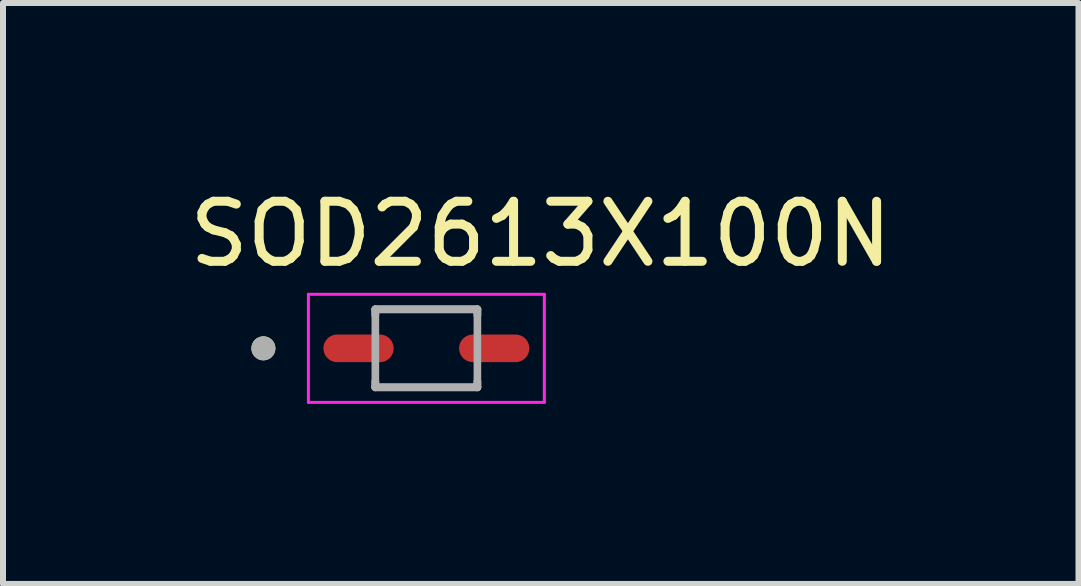
<source format=kicad_pcb>
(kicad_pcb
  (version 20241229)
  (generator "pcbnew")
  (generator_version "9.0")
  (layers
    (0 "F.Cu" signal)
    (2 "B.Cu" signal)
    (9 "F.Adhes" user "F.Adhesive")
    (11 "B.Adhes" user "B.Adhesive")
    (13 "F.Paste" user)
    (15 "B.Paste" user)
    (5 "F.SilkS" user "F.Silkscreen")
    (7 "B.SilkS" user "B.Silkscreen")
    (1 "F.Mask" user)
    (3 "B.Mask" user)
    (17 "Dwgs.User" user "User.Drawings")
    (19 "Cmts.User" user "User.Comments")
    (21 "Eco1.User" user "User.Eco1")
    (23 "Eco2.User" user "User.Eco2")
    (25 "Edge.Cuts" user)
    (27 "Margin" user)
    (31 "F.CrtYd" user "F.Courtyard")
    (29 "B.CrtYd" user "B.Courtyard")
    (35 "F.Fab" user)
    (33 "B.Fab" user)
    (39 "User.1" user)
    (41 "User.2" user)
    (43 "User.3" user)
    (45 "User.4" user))
  (footprint "SOD2613X100N"
    (layer "F.Cu")
    (at 4.053 2.753)
    (property "Reference" "SOD2613X100N" (at 1.905 -1.905 0) (layer "F.SilkS") (effects (font (size 1 1) (thickness 0.15))))
    (attr smd)
    (fp_line (start -0.85 -0.65) (end 0.85 -0.65) (stroke (width 0.127) (type solid)) (layer "F.SilkS"))
    (fp_line (start -0.85 -0.55) (end -0.85 -0.65) (stroke (width 0.127) (type solid)) (layer "F.SilkS"))
    (fp_line (start -0.85 0.65) (end -0.85 0.55) (stroke (width 0.127) (type solid)) (layer "F.SilkS"))
    (fp_line (start 0.85 -0.65) (end 0.85 -0.55) (stroke (width 0.127) (type solid)) (layer "F.SilkS"))
    (fp_line (start 0.85 0.65) (end -0.85 0.65) (stroke (width 0.127) (type solid)) (layer "F.SilkS"))
    (fp_line (start 0.85 0.65) (end 0.85 0.55) (stroke (width 0.127) (type solid)) (layer "F.SilkS"))
    (fp_circle (center -2.715 0) (end -2.615 0) (stroke (width 0.2) (type solid)) (fill no) (layer "F.SilkS"))
    (fp_line (start -1.965 -0.9) (end -1.965 0.9) (stroke (width 0.05) (type solid)) (layer "F.CrtYd"))
    (fp_line (start -1.965 0.9) (end 1.965 0.9) (stroke (width 0.05) (type solid)) (layer "F.CrtYd"))
    (fp_line (start 1.965 -0.9) (end -1.965 -0.9) (stroke (width 0.05) (type solid)) (layer "F.CrtYd"))
    (fp_line (start 1.965 0.9) (end 1.965 -0.9) (stroke (width 0.05) (type solid)) (layer "F.CrtYd"))
    (fp_line (start -0.85 -0.65) (end 0.85 -0.65) (stroke (width 0.127) (type solid)) (layer "F.Fab"))
    (fp_line (start -0.85 0.65) (end -0.85 -0.65) (stroke (width 0.127) (type solid)) (layer "F.Fab"))
    (fp_line (start 0.85 -0.65) (end 0.85 0.65) (stroke (width 0.127) (type solid)) (layer "F.Fab"))
    (fp_line (start 0.85 0.65) (end -0.85 0.65) (stroke (width 0.127) (type solid)) (layer "F.Fab"))
    (fp_circle (center -2.715 0) (end -2.615 0) (stroke (width 0.2) (type solid)) (fill no) (layer "F.Fab"))
    (pad "1" smd oval (at -1.13 0) (size 1.17 0.46) (layers "F.Cu" "F.Mask" "F.Paste"))
    (pad "2" smd oval (at 1.13 0) (size 1.17 0.46) (layers "F.Cu" "F.Mask" "F.Paste")))
  (gr_rect
    (start -3 -3)
    (end 14.917 6.678)
    (stroke (width 0.1) (type default))
    (fill no)
    (layer "Edge.Cuts")))
</source>
